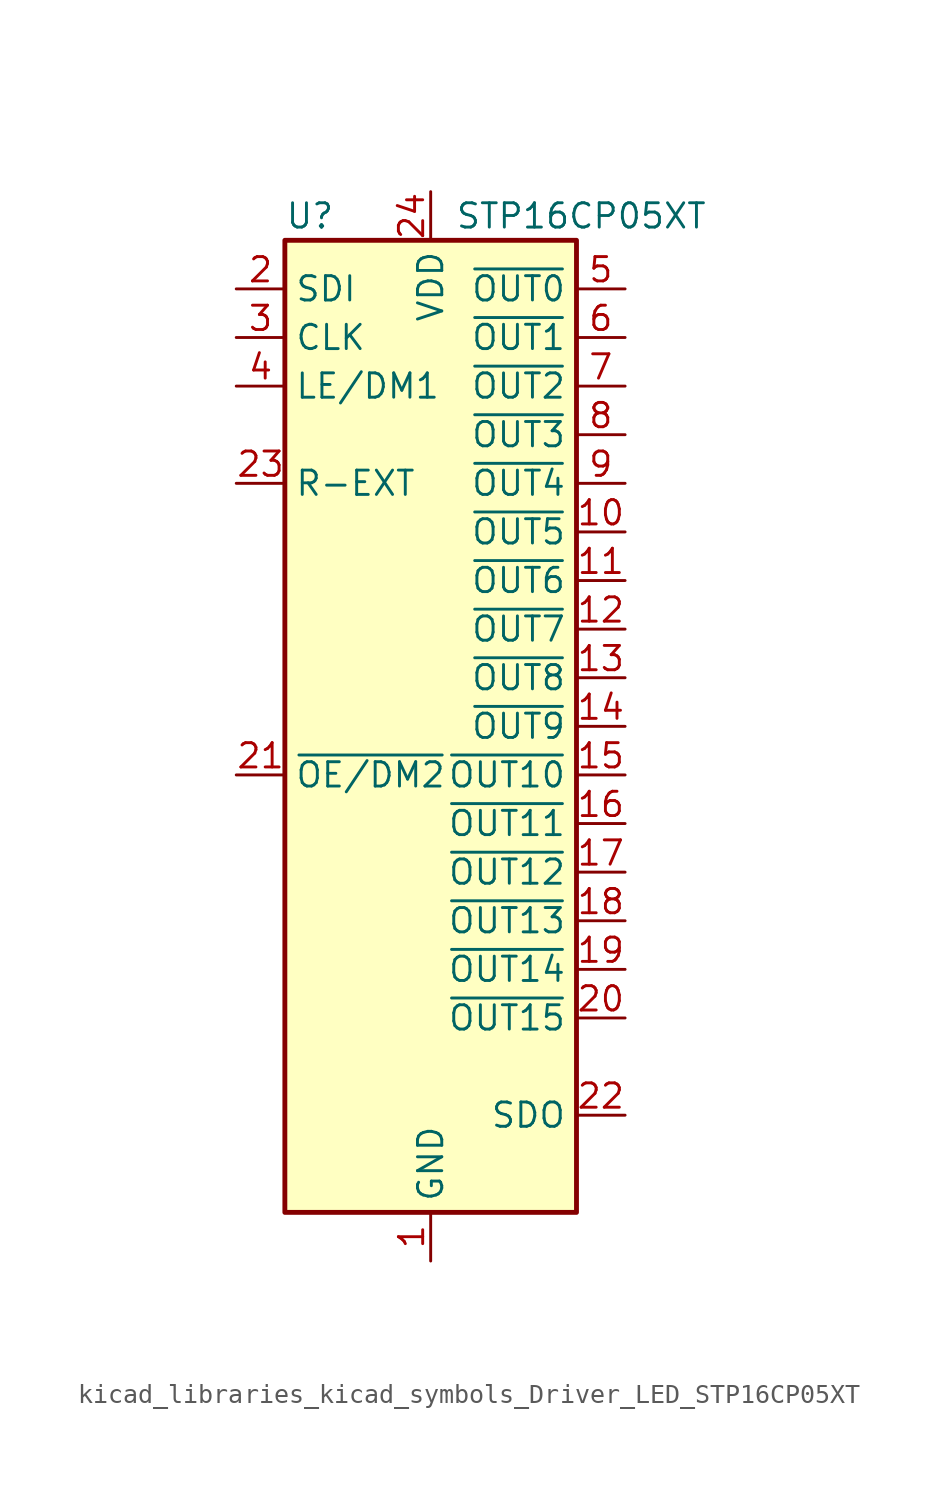
<source format=kicad_sym>
(kicad_symbol_lib
  (version 20220914)
  (generator kicad_symbol_editor)
  (symbol "kicad_libraries_kicad_symbols_Driver_LED_STP16CP05XT"
    (property "Reference" "U"
      (at -7.62 26.67 0)
      (effects (font (size 1.27 1.27)) (justify left)))
    (property "Value" "STP16CP05XT"
      (at 1.27 26.67 0)
      (effects (font (size 1.27 1.27)) (justify left)))
    (symbol "kicad_libraries_kicad_symbols_Driver_LED_STP16CP05XT_0_1"
      (rectangle (start -7.62 25.4) (end 7.62 -25.4) (stroke (width 0.254) (type default)) (fill (type background))))
    (symbol "kicad_libraries_kicad_symbols_Driver_LED_STP16CP05XT_1_1"
      (pin power_in line (at 0 -27.94 90) (length 2.54) (name "GND" (effects (font (size 1.27 1.27)))) (number "1" (effects (font (size 1.27 1.27)))))
      (pin output line (at 10.16 10.16 180) (length 2.54) (name "~{OUT5}" (effects (font (size 1.27 1.27)))) (number "10" (effects (font (size 1.27 1.27)))))
      (pin output line (at 10.16 7.62 180) (length 2.54) (name "~{OUT6}" (effects (font (size 1.27 1.27)))) (number "11" (effects (font (size 1.27 1.27)))))
      (pin output line (at 10.16 5.08 180) (length 2.54) (name "~{OUT7}" (effects (font (size 1.27 1.27)))) (number "12" (effects (font (size 1.27 1.27)))))
      (pin output line (at 10.16 2.54 180) (length 2.54) (name "~{OUT8}" (effects (font (size 1.27 1.27)))) (number "13" (effects (font (size 1.27 1.27)))))
      (pin output line (at 10.16 0 180) (length 2.54) (name "~{OUT9}" (effects (font (size 1.27 1.27)))) (number "14" (effects (font (size 1.27 1.27)))))
      (pin output line (at 10.16 -2.54 180) (length 2.54) (name "~{OUT10}" (effects (font (size 1.27 1.27)))) (number "15" (effects (font (size 1.27 1.27)))))
      (pin output line (at 10.16 -5.08 180) (length 2.54) (name "~{OUT11}" (effects (font (size 1.27 1.27)))) (number "16" (effects (font (size 1.27 1.27)))))
      (pin output line (at 10.16 -7.62 180) (length 2.54) (name "~{OUT12}" (effects (font (size 1.27 1.27)))) (number "17" (effects (font (size 1.27 1.27)))))
      (pin output line (at 10.16 -10.16 180) (length 2.54) (name "~{OUT13}" (effects (font (size 1.27 1.27)))) (number "18" (effects (font (size 1.27 1.27)))))
      (pin output line (at 10.16 -12.7 180) (length 2.54) (name "~{OUT14}" (effects (font (size 1.27 1.27)))) (number "19" (effects (font (size 1.27 1.27)))))
      (pin input line (at -10.16 22.86 0) (length 2.54) (name "SDI" (effects (font (size 1.27 1.27)))) (number "2" (effects (font (size 1.27 1.27)))))
      (pin output line (at 10.16 -15.24 180) (length 2.54) (name "~{OUT15}" (effects (font (size 1.27 1.27)))) (number "20" (effects (font (size 1.27 1.27)))))
      (pin input line (at -10.16 -2.54 0) (length 2.54) (name "~{OE/DM2}" (effects (font (size 1.27 1.27)))) (number "21" (effects (font (size 1.27 1.27)))))
      (pin output line (at 10.16 -20.32 180) (length 2.54) (name "SDO" (effects (font (size 1.27 1.27)))) (number "22" (effects (font (size 1.27 1.27)))))
      (pin passive line (at -10.16 12.7 0) (length 2.54) (name "R-EXT" (effects (font (size 1.27 1.27)))) (number "23" (effects (font (size 1.27 1.27)))))
      (pin power_in line (at 0 27.94 270) (length 2.54) (name "VDD" (effects (font (size 1.27 1.27)))) (number "24" (effects (font (size 1.27 1.27)))))
      (pin passive line (at 0 -27.94 90) (length 2.54) hide (name "GND" (effects (font (size 1.27 1.27)))) (number "25" (effects (font (size 1.27 1.27)))))
      (pin input line (at -10.16 20.32 0) (length 2.54) (name "CLK" (effects (font (size 1.27 1.27)))) (number "3" (effects (font (size 1.27 1.27)))))
      (pin input line (at -10.16 17.78 0) (length 2.54) (name "LE/DM1" (effects (font (size 1.27 1.27)))) (number "4" (effects (font (size 1.27 1.27)))))
      (pin output line (at 10.16 22.86 180) (length 2.54) (name "~{OUT0}" (effects (font (size 1.27 1.27)))) (number "5" (effects (font (size 1.27 1.27)))))
      (pin output line (at 10.16 20.32 180) (length 2.54) (name "~{OUT1}" (effects (font (size 1.27 1.27)))) (number "6" (effects (font (size 1.27 1.27)))))
      (pin output line (at 10.16 17.78 180) (length 2.54) (name "~{OUT2}" (effects (font (size 1.27 1.27)))) (number "7" (effects (font (size 1.27 1.27)))))
      (pin output line (at 10.16 15.24 180) (length 2.54) (name "~{OUT3}" (effects (font (size 1.27 1.27)))) (number "8" (effects (font (size 1.27 1.27)))))
      (pin output line (at 10.16 12.7 180) (length 2.54) (name "~{OUT4}" (effects (font (size 1.27 1.27)))) (number "9" (effects (font (size 1.27 1.27))))))))
</source>
